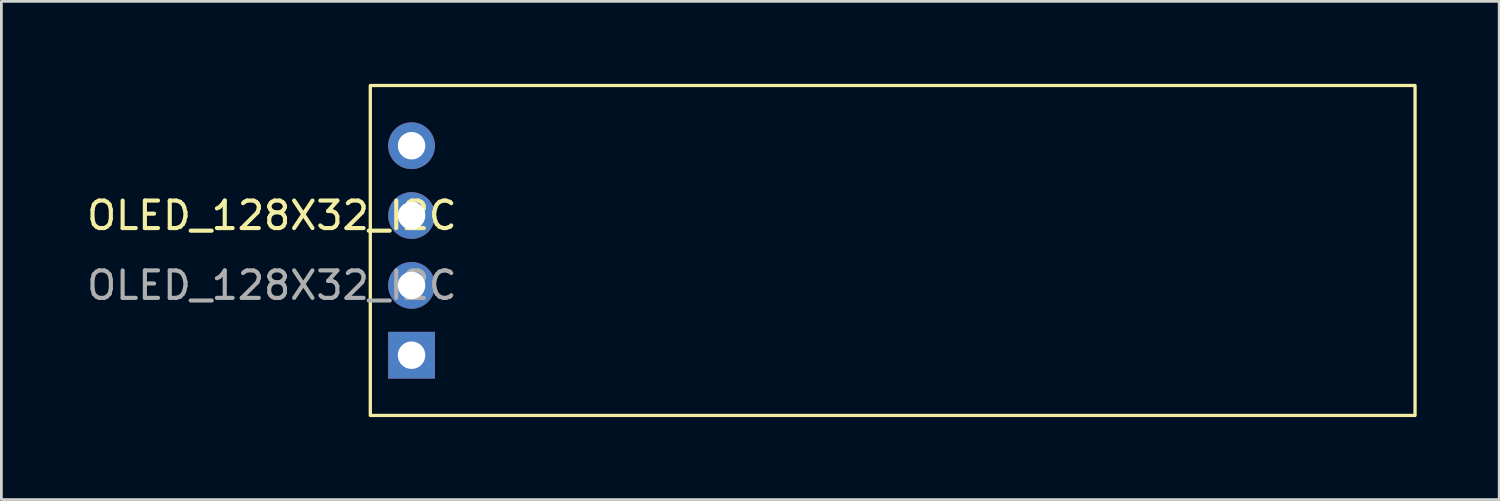
<source format=kicad_pcb>
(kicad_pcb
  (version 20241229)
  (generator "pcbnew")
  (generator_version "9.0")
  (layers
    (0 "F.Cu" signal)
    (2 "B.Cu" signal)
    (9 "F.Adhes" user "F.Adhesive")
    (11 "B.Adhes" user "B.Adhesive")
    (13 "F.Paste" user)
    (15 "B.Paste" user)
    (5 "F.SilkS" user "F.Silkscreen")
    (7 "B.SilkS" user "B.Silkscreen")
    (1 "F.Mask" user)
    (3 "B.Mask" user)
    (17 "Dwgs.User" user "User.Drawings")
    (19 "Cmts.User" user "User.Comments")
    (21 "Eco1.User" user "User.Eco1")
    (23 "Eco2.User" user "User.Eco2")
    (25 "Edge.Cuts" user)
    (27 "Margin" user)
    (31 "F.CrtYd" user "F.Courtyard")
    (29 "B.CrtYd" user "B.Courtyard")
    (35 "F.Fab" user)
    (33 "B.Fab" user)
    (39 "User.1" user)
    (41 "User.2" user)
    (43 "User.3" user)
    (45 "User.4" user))
  (footprint "OLED_128X32_I2C"
    (layer "F.Cu")
    (at 11.919 9.87)
    (property "Reference" "OLED_128X32_I2C" (at -5.08 -5.08 0) (unlocked yes) (layer "F.SilkS") (effects (font (size 1 1) (thickness 0.15))))
    (attr through_hole)
    (fp_rect (start -1.5 2.19) (end 36.5 -9.81) (stroke (width 0.12) (type solid)) (fill no) (layer "F.SilkS"))
    (fp_text user "${REFERENCE}" (at -5.08 -2.54 0) (unlocked yes) (layer "F.Fab") (effects (font (size 1 1) (thickness 0.15))))
    (pad "1" thru_hole rect (at 0 0) (size 1.7 1.7) (drill 1) (layers "*.Cu" "*.Mask"))
    (pad "2" thru_hole circle (at 0 -2.54) (size 1.7 1.7) (drill 1) (layers "*.Cu" "*.Mask"))
    (pad "3" thru_hole circle (at 0 -5.08) (size 1.7 1.7) (drill 1) (layers "*.Cu" "*.Mask"))
    (pad "4" thru_hole circle (at 0 -7.62) (size 1.7 1.7) (drill 1) (layers "*.Cu" "*.Mask")))
  (gr_rect
    (start -3 -3)
    (end 51.479 15.12)
    (stroke (width 0.1) (type default))
    (fill no)
    (layer "Edge.Cuts")))
</source>
